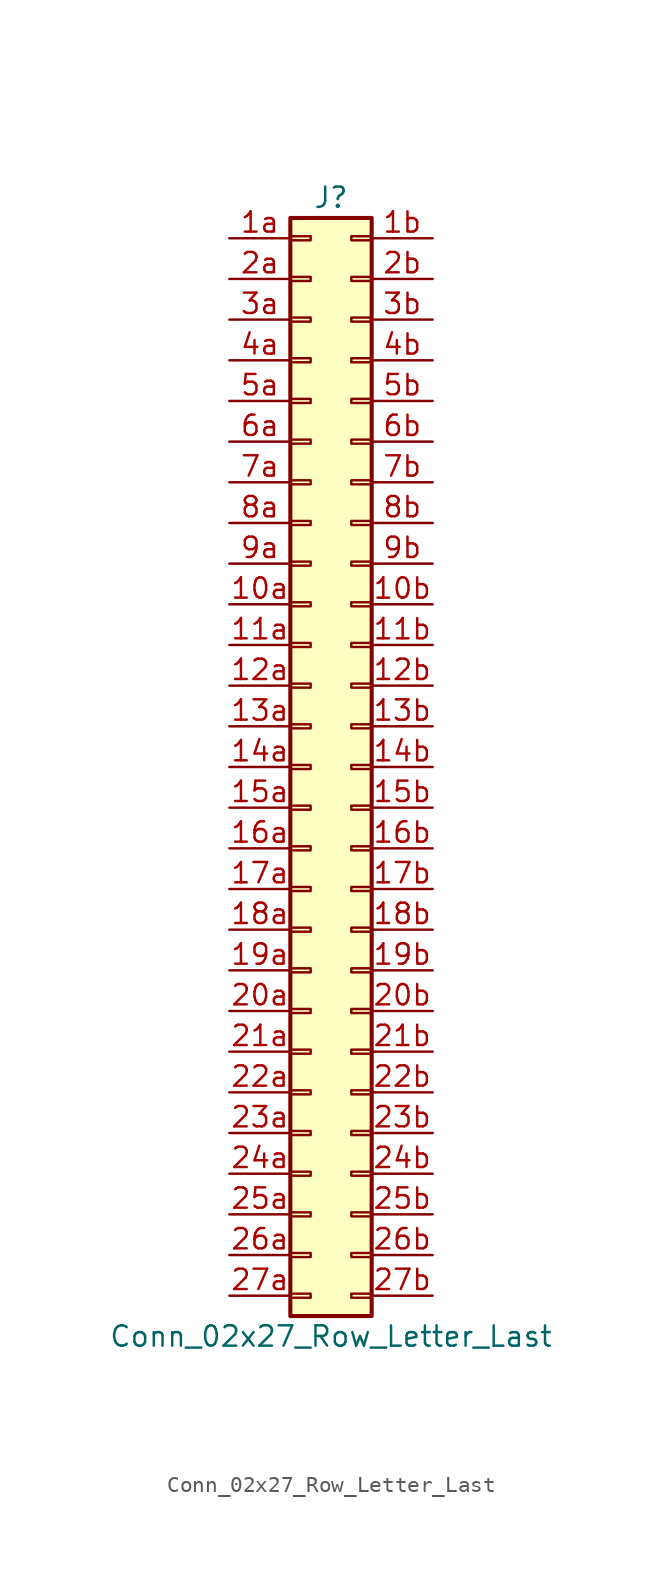
<source format=kicad_sym>
(kicad_symbol_lib
  (version 20220914)
  (generator kicad_symbol_editor)
  (symbol "Conn_02x27_Row_Letter_Last"
    (pin_names
      (offset 1.016) hide)
    (property "Reference" "J"
      (at 1.27 35.56 0)
      (effects (font (size 1.27 1.27))))
    (property "Value" "Conn_02x27_Row_Letter_Last"
      (at 1.27 -35.56 0)
      (effects (font (size 1.27 1.27))))
    (symbol "Conn_02x27_Row_Letter_Last_1_1"
      (rectangle (start -1.27 -32.893) (end 0 -33.147) (stroke (width 0.152) (type solid)) (fill (type none)))
      (rectangle (start -1.27 -30.353) (end 0 -30.607) (stroke (width 0.152) (type solid)) (fill (type none)))
      (rectangle (start -1.27 -27.813) (end 0 -28.067) (stroke (width 0.152) (type solid)) (fill (type none)))
      (rectangle (start -1.27 -25.273) (end 0 -25.527) (stroke (width 0.152) (type solid)) (fill (type none)))
      (rectangle (start -1.27 -22.733) (end 0 -22.987) (stroke (width 0.152) (type solid)) (fill (type none)))
      (rectangle (start -1.27 -20.193) (end 0 -20.447) (stroke (width 0.152) (type solid)) (fill (type none)))
      (rectangle (start -1.27 -17.653) (end 0 -17.907) (stroke (width 0.152) (type solid)) (fill (type none)))
      (rectangle (start -1.27 -15.113) (end 0 -15.367) (stroke (width 0.152) (type solid)) (fill (type none)))
      (rectangle (start -1.27 -12.573) (end 0 -12.827) (stroke (width 0.152) (type solid)) (fill (type none)))
      (rectangle (start -1.27 -10.033) (end 0 -10.287) (stroke (width 0.152) (type solid)) (fill (type none)))
      (rectangle (start -1.27 -7.493) (end 0 -7.747) (stroke (width 0.152) (type solid)) (fill (type none)))
      (rectangle (start -1.27 -4.953) (end 0 -5.207) (stroke (width 0.152) (type solid)) (fill (type none)))
      (rectangle (start -1.27 -2.413) (end 0 -2.667) (stroke (width 0.152) (type solid)) (fill (type none)))
      (rectangle (start -1.27 0.127) (end 0 -0.127) (stroke (width 0.152) (type solid)) (fill (type none)))
      (rectangle (start -1.27 2.667) (end 0 2.413) (stroke (width 0.152) (type solid)) (fill (type none)))
      (rectangle (start -1.27 5.207) (end 0 4.953) (stroke (width 0.152) (type solid)) (fill (type none)))
      (rectangle (start -1.27 7.747) (end 0 7.493) (stroke (width 0.152) (type solid)) (fill (type none)))
      (rectangle (start -1.27 10.287) (end 0 10.033) (stroke (width 0.152) (type solid)) (fill (type none)))
      (rectangle (start -1.27 12.827) (end 0 12.573) (stroke (width 0.152) (type solid)) (fill (type none)))
      (rectangle (start -1.27 15.367) (end 0 15.113) (stroke (width 0.152) (type solid)) (fill (type none)))
      (rectangle (start -1.27 17.907) (end 0 17.653) (stroke (width 0.152) (type solid)) (fill (type none)))
      (rectangle (start -1.27 20.447) (end 0 20.193) (stroke (width 0.152) (type solid)) (fill (type none)))
      (rectangle (start -1.27 22.987) (end 0 22.733) (stroke (width 0.152) (type solid)) (fill (type none)))
      (rectangle (start -1.27 25.527) (end 0 25.273) (stroke (width 0.152) (type solid)) (fill (type none)))
      (rectangle (start -1.27 28.067) (end 0 27.813) (stroke (width 0.152) (type solid)) (fill (type none)))
      (rectangle (start -1.27 30.607) (end 0 30.353) (stroke (width 0.152) (type solid)) (fill (type none)))
      (rectangle (start -1.27 33.147) (end 0 32.893) (stroke (width 0.152) (type solid)) (fill (type none)))
      (rectangle (start -1.27 34.29) (end 3.81 -34.29) (stroke (width 0.254) (type solid)) (fill (type background)))
      (rectangle (start 3.81 -32.893) (end 2.54 -33.147) (stroke (width 0.152) (type solid)) (fill (type none)))
      (rectangle (start 3.81 -30.353) (end 2.54 -30.607) (stroke (width 0.152) (type solid)) (fill (type none)))
      (rectangle (start 3.81 -27.813) (end 2.54 -28.067) (stroke (width 0.152) (type solid)) (fill (type none)))
      (rectangle (start 3.81 -25.273) (end 2.54 -25.527) (stroke (width 0.152) (type solid)) (fill (type none)))
      (rectangle (start 3.81 -22.733) (end 2.54 -22.987) (stroke (width 0.152) (type solid)) (fill (type none)))
      (rectangle (start 3.81 -20.193) (end 2.54 -20.447) (stroke (width 0.152) (type solid)) (fill (type none)))
      (rectangle (start 3.81 -17.653) (end 2.54 -17.907) (stroke (width 0.152) (type solid)) (fill (type none)))
      (rectangle (start 3.81 -15.113) (end 2.54 -15.367) (stroke (width 0.152) (type solid)) (fill (type none)))
      (rectangle (start 3.81 -12.573) (end 2.54 -12.827) (stroke (width 0.152) (type solid)) (fill (type none)))
      (rectangle (start 3.81 -10.033) (end 2.54 -10.287) (stroke (width 0.152) (type solid)) (fill (type none)))
      (rectangle (start 3.81 -7.493) (end 2.54 -7.747) (stroke (width 0.152) (type solid)) (fill (type none)))
      (rectangle (start 3.81 -4.953) (end 2.54 -5.207) (stroke (width 0.152) (type solid)) (fill (type none)))
      (rectangle (start 3.81 -2.413) (end 2.54 -2.667) (stroke (width 0.152) (type solid)) (fill (type none)))
      (rectangle (start 3.81 0.127) (end 2.54 -0.127) (stroke (width 0.152) (type solid)) (fill (type none)))
      (rectangle (start 3.81 2.667) (end 2.54 2.413) (stroke (width 0.152) (type solid)) (fill (type none)))
      (rectangle (start 3.81 5.207) (end 2.54 4.953) (stroke (width 0.152) (type solid)) (fill (type none)))
      (rectangle (start 3.81 7.747) (end 2.54 7.493) (stroke (width 0.152) (type solid)) (fill (type none)))
      (rectangle (start 3.81 10.287) (end 2.54 10.033) (stroke (width 0.152) (type solid)) (fill (type none)))
      (rectangle (start 3.81 12.827) (end 2.54 12.573) (stroke (width 0.152) (type solid)) (fill (type none)))
      (rectangle (start 3.81 15.367) (end 2.54 15.113) (stroke (width 0.152) (type solid)) (fill (type none)))
      (rectangle (start 3.81 17.907) (end 2.54 17.653) (stroke (width 0.152) (type solid)) (fill (type none)))
      (rectangle (start 3.81 20.447) (end 2.54 20.193) (stroke (width 0.152) (type solid)) (fill (type none)))
      (rectangle (start 3.81 22.987) (end 2.54 22.733) (stroke (width 0.152) (type solid)) (fill (type none)))
      (rectangle (start 3.81 25.527) (end 2.54 25.273) (stroke (width 0.152) (type solid)) (fill (type none)))
      (rectangle (start 3.81 28.067) (end 2.54 27.813) (stroke (width 0.152) (type solid)) (fill (type none)))
      (rectangle (start 3.81 30.607) (end 2.54 30.353) (stroke (width 0.152) (type solid)) (fill (type none)))
      (rectangle (start 3.81 33.147) (end 2.54 32.893) (stroke (width 0.152) (type solid)) (fill (type none)))
      (pin passive line (at -5.08 10.16 0) (length 3.81) (name "Pin_10a" (effects (font (size 1.27 1.27)))) (number "10a" (effects (font (size 1.27 1.27)))))
      (pin passive line (at 7.62 10.16 180) (length 3.81) (name "Pin_10b" (effects (font (size 1.27 1.27)))) (number "10b" (effects (font (size 1.27 1.27)))))
      (pin passive line (at -5.08 7.62 0) (length 3.81) (name "Pin_11a" (effects (font (size 1.27 1.27)))) (number "11a" (effects (font (size 1.27 1.27)))))
      (pin passive line (at 7.62 7.62 180) (length 3.81) (name "Pin_11b" (effects (font (size 1.27 1.27)))) (number "11b" (effects (font (size 1.27 1.27)))))
      (pin passive line (at -5.08 5.08 0) (length 3.81) (name "Pin_12a" (effects (font (size 1.27 1.27)))) (number "12a" (effects (font (size 1.27 1.27)))))
      (pin passive line (at 7.62 5.08 180) (length 3.81) (name "Pin_12b" (effects (font (size 1.27 1.27)))) (number "12b" (effects (font (size 1.27 1.27)))))
      (pin passive line (at -5.08 2.54 0) (length 3.81) (name "Pin_13a" (effects (font (size 1.27 1.27)))) (number "13a" (effects (font (size 1.27 1.27)))))
      (pin passive line (at 7.62 2.54 180) (length 3.81) (name "Pin_13b" (effects (font (size 1.27 1.27)))) (number "13b" (effects (font (size 1.27 1.27)))))
      (pin passive line (at -5.08 0 0) (length 3.81) (name "Pin_14a" (effects (font (size 1.27 1.27)))) (number "14a" (effects (font (size 1.27 1.27)))))
      (pin passive line (at 7.62 0 180) (length 3.81) (name "Pin_14b" (effects (font (size 1.27 1.27)))) (number "14b" (effects (font (size 1.27 1.27)))))
      (pin passive line (at -5.08 -2.54 0) (length 3.81) (name "Pin_15a" (effects (font (size 1.27 1.27)))) (number "15a" (effects (font (size 1.27 1.27)))))
      (pin passive line (at 7.62 -2.54 180) (length 3.81) (name "Pin_15b" (effects (font (size 1.27 1.27)))) (number "15b" (effects (font (size 1.27 1.27)))))
      (pin passive line (at -5.08 -5.08 0) (length 3.81) (name "Pin_16a" (effects (font (size 1.27 1.27)))) (number "16a" (effects (font (size 1.27 1.27)))))
      (pin passive line (at 7.62 -5.08 180) (length 3.81) (name "Pin_16b" (effects (font (size 1.27 1.27)))) (number "16b" (effects (font (size 1.27 1.27)))))
      (pin passive line (at -5.08 -7.62 0) (length 3.81) (name "Pin_17a" (effects (font (size 1.27 1.27)))) (number "17a" (effects (font (size 1.27 1.27)))))
      (pin passive line (at 7.62 -7.62 180) (length 3.81) (name "Pin_17b" (effects (font (size 1.27 1.27)))) (number "17b" (effects (font (size 1.27 1.27)))))
      (pin passive line (at -5.08 -10.16 0) (length 3.81) (name "Pin_18a" (effects (font (size 1.27 1.27)))) (number "18a" (effects (font (size 1.27 1.27)))))
      (pin passive line (at 7.62 -10.16 180) (length 3.81) (name "Pin_18b" (effects (font (size 1.27 1.27)))) (number "18b" (effects (font (size 1.27 1.27)))))
      (pin passive line (at -5.08 -12.7 0) (length 3.81) (name "Pin_19a" (effects (font (size 1.27 1.27)))) (number "19a" (effects (font (size 1.27 1.27)))))
      (pin passive line (at 7.62 -12.7 180) (length 3.81) (name "Pin_19b" (effects (font (size 1.27 1.27)))) (number "19b" (effects (font (size 1.27 1.27)))))
      (pin passive line (at -5.08 33.02 0) (length 3.81) (name "Pin_1a" (effects (font (size 1.27 1.27)))) (number "1a" (effects (font (size 1.27 1.27)))))
      (pin passive line (at 7.62 33.02 180) (length 3.81) (name "Pin_1b" (effects (font (size 1.27 1.27)))) (number "1b" (effects (font (size 1.27 1.27)))))
      (pin passive line (at -5.08 -15.24 0) (length 3.81) (name "Pin_20a" (effects (font (size 1.27 1.27)))) (number "20a" (effects (font (size 1.27 1.27)))))
      (pin passive line (at 7.62 -15.24 180) (length 3.81) (name "Pin_20b" (effects (font (size 1.27 1.27)))) (number "20b" (effects (font (size 1.27 1.27)))))
      (pin passive line (at -5.08 -17.78 0) (length 3.81) (name "Pin_21a" (effects (font (size 1.27 1.27)))) (number "21a" (effects (font (size 1.27 1.27)))))
      (pin passive line (at 7.62 -17.78 180) (length 3.81) (name "Pin_21b" (effects (font (size 1.27 1.27)))) (number "21b" (effects (font (size 1.27 1.27)))))
      (pin passive line (at -5.08 -20.32 0) (length 3.81) (name "Pin_22a" (effects (font (size 1.27 1.27)))) (number "22a" (effects (font (size 1.27 1.27)))))
      (pin passive line (at 7.62 -20.32 180) (length 3.81) (name "Pin_22b" (effects (font (size 1.27 1.27)))) (number "22b" (effects (font (size 1.27 1.27)))))
      (pin passive line (at -5.08 -22.86 0) (length 3.81) (name "Pin_23a" (effects (font (size 1.27 1.27)))) (number "23a" (effects (font (size 1.27 1.27)))))
      (pin passive line (at 7.62 -22.86 180) (length 3.81) (name "Pin_23b" (effects (font (size 1.27 1.27)))) (number "23b" (effects (font (size 1.27 1.27)))))
      (pin passive line (at -5.08 -25.4 0) (length 3.81) (name "Pin_24a" (effects (font (size 1.27 1.27)))) (number "24a" (effects (font (size 1.27 1.27)))))
      (pin passive line (at 7.62 -25.4 180) (length 3.81) (name "Pin_24b" (effects (font (size 1.27 1.27)))) (number "24b" (effects (font (size 1.27 1.27)))))
      (pin passive line (at -5.08 -27.94 0) (length 3.81) (name "Pin_25a" (effects (font (size 1.27 1.27)))) (number "25a" (effects (font (size 1.27 1.27)))))
      (pin passive line (at 7.62 -27.94 180) (length 3.81) (name "Pin_25b" (effects (font (size 1.27 1.27)))) (number "25b" (effects (font (size 1.27 1.27)))))
      (pin passive line (at -5.08 -30.48 0) (length 3.81) (name "Pin_26a" (effects (font (size 1.27 1.27)))) (number "26a" (effects (font (size 1.27 1.27)))))
      (pin passive line (at 7.62 -30.48 180) (length 3.81) (name "Pin_26b" (effects (font (size 1.27 1.27)))) (number "26b" (effects (font (size 1.27 1.27)))))
      (pin passive line (at -5.08 -33.02 0) (length 3.81) (name "Pin_27a" (effects (font (size 1.27 1.27)))) (number "27a" (effects (font (size 1.27 1.27)))))
      (pin passive line (at 7.62 -33.02 180) (length 3.81) (name "Pin_27b" (effects (font (size 1.27 1.27)))) (number "27b" (effects (font (size 1.27 1.27)))))
      (pin passive line (at -5.08 30.48 0) (length 3.81) (name "Pin_2a" (effects (font (size 1.27 1.27)))) (number "2a" (effects (font (size 1.27 1.27)))))
      (pin passive line (at 7.62 30.48 180) (length 3.81) (name "Pin_2b" (effects (font (size 1.27 1.27)))) (number "2b" (effects (font (size 1.27 1.27)))))
      (pin passive line (at -5.08 27.94 0) (length 3.81) (name "Pin_3a" (effects (font (size 1.27 1.27)))) (number "3a" (effects (font (size 1.27 1.27)))))
      (pin passive line (at 7.62 27.94 180) (length 3.81) (name "Pin_3b" (effects (font (size 1.27 1.27)))) (number "3b" (effects (font (size 1.27 1.27)))))
      (pin passive line (at -5.08 25.4 0) (length 3.81) (name "Pin_4a" (effects (font (size 1.27 1.27)))) (number "4a" (effects (font (size 1.27 1.27)))))
      (pin passive line (at 7.62 25.4 180) (length 3.81) (name "Pin_4b" (effects (font (size 1.27 1.27)))) (number "4b" (effects (font (size 1.27 1.27)))))
      (pin passive line (at -5.08 22.86 0) (length 3.81) (name "Pin_5a" (effects (font (size 1.27 1.27)))) (number "5a" (effects (font (size 1.27 1.27)))))
      (pin passive line (at 7.62 22.86 180) (length 3.81) (name "Pin_5b" (effects (font (size 1.27 1.27)))) (number "5b" (effects (font (size 1.27 1.27)))))
      (pin passive line (at -5.08 20.32 0) (length 3.81) (name "Pin_6a" (effects (font (size 1.27 1.27)))) (number "6a" (effects (font (size 1.27 1.27)))))
      (pin passive line (at 7.62 20.32 180) (length 3.81) (name "Pin_6b" (effects (font (size 1.27 1.27)))) (number "6b" (effects (font (size 1.27 1.27)))))
      (pin passive line (at -5.08 17.78 0) (length 3.81) (name "Pin_7a" (effects (font (size 1.27 1.27)))) (number "7a" (effects (font (size 1.27 1.27)))))
      (pin passive line (at 7.62 17.78 180) (length 3.81) (name "Pin_7b" (effects (font (size 1.27 1.27)))) (number "7b" (effects (font (size 1.27 1.27)))))
      (pin passive line (at -5.08 15.24 0) (length 3.81) (name "Pin_8a" (effects (font (size 1.27 1.27)))) (number "8a" (effects (font (size 1.27 1.27)))))
      (pin passive line (at 7.62 15.24 180) (length 3.81) (name "Pin_8b" (effects (font (size 1.27 1.27)))) (number "8b" (effects (font (size 1.27 1.27)))))
      (pin passive line (at -5.08 12.7 0) (length 3.81) (name "Pin_9a" (effects (font (size 1.27 1.27)))) (number "9a" (effects (font (size 1.27 1.27)))))
      (pin passive line (at 7.62 12.7 180) (length 3.81) (name "Pin_9b" (effects (font (size 1.27 1.27)))) (number "9b" (effects (font (size 1.27 1.27))))))))
</source>
